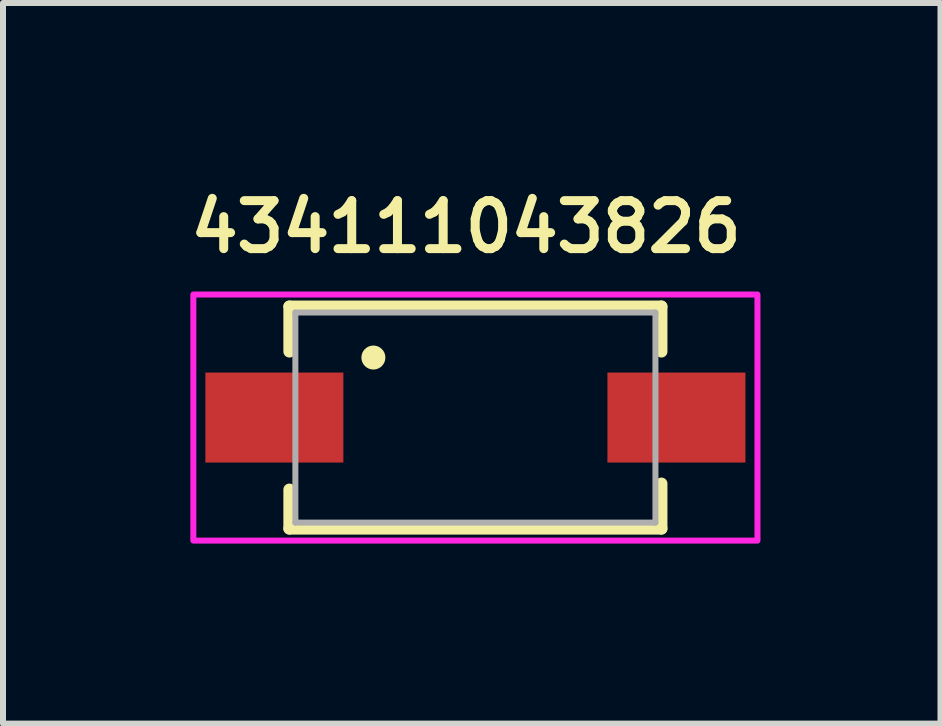
<source format=kicad_pcb>
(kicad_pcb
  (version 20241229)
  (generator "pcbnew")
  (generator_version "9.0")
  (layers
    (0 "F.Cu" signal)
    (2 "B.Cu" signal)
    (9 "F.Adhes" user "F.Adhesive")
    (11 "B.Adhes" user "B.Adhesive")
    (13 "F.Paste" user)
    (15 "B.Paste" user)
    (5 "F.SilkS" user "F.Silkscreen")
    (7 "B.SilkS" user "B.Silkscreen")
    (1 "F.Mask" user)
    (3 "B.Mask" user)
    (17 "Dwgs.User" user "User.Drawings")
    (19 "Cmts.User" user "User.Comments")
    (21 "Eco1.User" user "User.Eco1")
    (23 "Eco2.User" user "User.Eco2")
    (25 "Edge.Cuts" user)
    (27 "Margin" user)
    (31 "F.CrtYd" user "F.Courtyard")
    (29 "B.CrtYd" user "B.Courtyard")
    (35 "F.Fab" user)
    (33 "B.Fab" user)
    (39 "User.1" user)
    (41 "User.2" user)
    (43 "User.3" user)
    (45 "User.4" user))
  (footprint "434111043826"
    (layer "F.Cu")
    (at 4.872 3.908)
    (property "Reference" "434111043826" (at -0.156 -3.177 0) (layer "F.SilkS") (effects (font (size 0.8 0.8) (thickness 0.15))))
    (attr through_hole)
    (fp_line (start -3.1 -1.85) (end 3.1 -1.85) (stroke (width 0.2) (type solid)) (layer "F.SilkS"))
    (fp_line (start -3.1 -1.1) (end -3.1 -1.85) (stroke (width 0.2) (type solid)) (layer "F.SilkS"))
    (fp_line (start -3.1 1.2) (end -3.1 1.85) (stroke (width 0.2) (type solid)) (layer "F.SilkS"))
    (fp_line (start -3.1 1.85) (end 3.1 1.85) (stroke (width 0.2) (type solid)) (layer "F.SilkS"))
    (fp_line (start 3.1 -1.85) (end 3.1 -1.1) (stroke (width 0.2) (type solid)) (layer "F.SilkS"))
    (fp_line (start 3.1 1.85) (end 3.1 1.1) (stroke (width 0.2) (type solid)) (layer "F.SilkS"))
    (fp_circle (center -1.7 -1) (end -1.6 -1) (stroke (width 0.2) (type solid)) (fill no) (layer "F.SilkS"))
    (fp_poly (pts (xy -4.7 -2.05) (xy 4.7 -2.05) (xy 4.7 2.05) (xy -4.7 2.05)) (stroke (width 0.1) (type solid)) (fill no) (layer "F.CrtYd"))
    (fp_line (start -3 -1.75) (end -3 1.75) (stroke (width 0.1) (type solid)) (layer "F.Fab"))
    (fp_line (start -3 1.75) (end 3 1.75) (stroke (width 0.1) (type solid)) (layer "F.Fab"))
    (fp_line (start 3 -1.75) (end -3 -1.75) (stroke (width 0.1) (type solid)) (layer "F.Fab"))
    (fp_line (start 3 1.75) (end 3 -1.75) (stroke (width 0.1) (type solid)) (layer "F.Fab"))
    (pad "1" smd rect (at -3.35 0) (size 2.3 1.5) (layers "F.Cu" "F.Mask" "F.Paste"))
    (pad "2" smd rect (at 3.35 0) (size 2.3 1.5) (layers "F.Cu" "F.Mask" "F.Paste")))
  (gr_rect
    (start -3 -3)
    (end 12.622 9.008)
    (stroke (width 0.1) (type default))
    (fill no)
    (layer "Edge.Cuts")))
</source>
